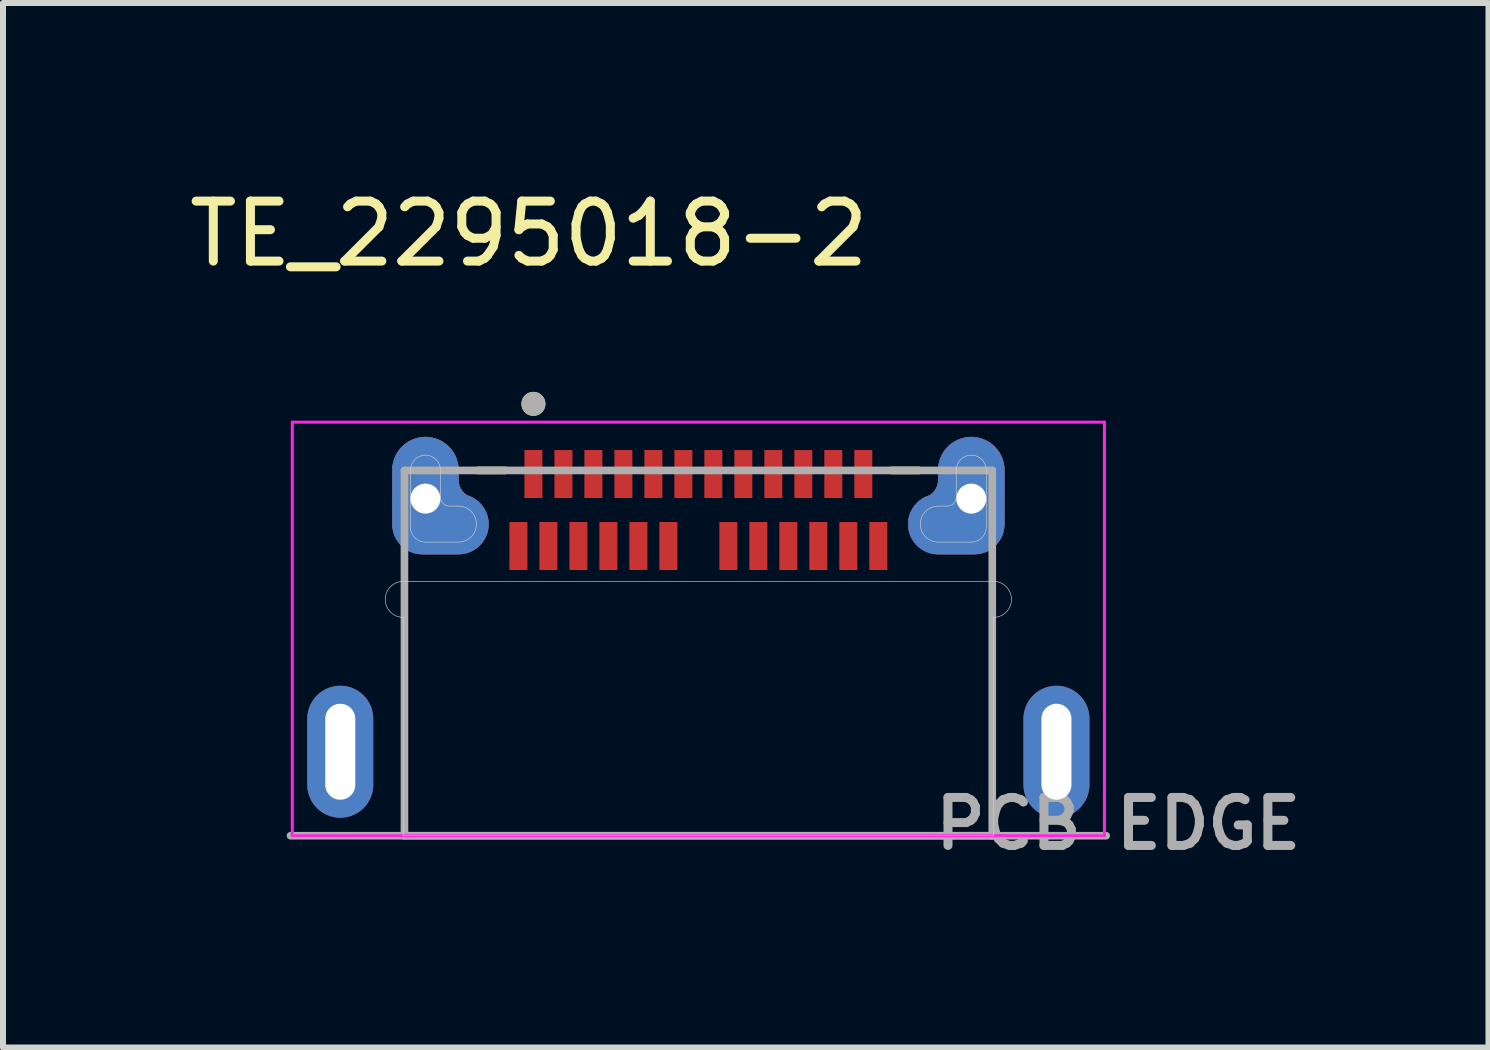
<source format=kicad_pcb>
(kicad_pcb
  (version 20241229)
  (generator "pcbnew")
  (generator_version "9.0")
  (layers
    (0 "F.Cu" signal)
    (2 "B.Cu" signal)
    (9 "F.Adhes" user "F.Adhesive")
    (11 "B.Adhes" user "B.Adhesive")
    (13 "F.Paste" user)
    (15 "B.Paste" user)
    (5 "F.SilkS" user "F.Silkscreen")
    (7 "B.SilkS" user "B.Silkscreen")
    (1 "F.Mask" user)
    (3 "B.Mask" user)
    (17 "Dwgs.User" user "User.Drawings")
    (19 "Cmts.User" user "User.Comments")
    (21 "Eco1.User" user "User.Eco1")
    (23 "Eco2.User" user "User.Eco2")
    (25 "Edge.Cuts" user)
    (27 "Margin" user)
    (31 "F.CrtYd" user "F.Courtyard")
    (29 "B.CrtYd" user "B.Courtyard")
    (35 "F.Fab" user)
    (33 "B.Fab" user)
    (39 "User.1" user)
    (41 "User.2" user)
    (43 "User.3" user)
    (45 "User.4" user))
  (footprint "TE_2295018-2"
    (layer "F.Cu")
    (at 8.593 10.883)
    (property "Reference" "TE_2295018-2" (at -2.825 -10.035 0) (layer "F.SilkS") (effects (font (size 1 1) (thickness 0.15))))
    (attr smd)
    (fp_poly (pts (xy -3.5 -5.195) (xy -3.5 -5.214) (xy -3.502 -5.235) (xy -3.504 -5.256) (xy -3.507 -5.278) (xy -3.511 -5.298) (xy -3.516 -5.319) (xy -3.522 -5.339) (xy -3.529 -5.36) (xy -3.536 -5.379) (xy -3.544 -5.399) (xy -3.554 -5.418) (xy -3.564 -5.437) (xy -3.574 -5.455) (xy -3.586 -5.473) (xy -3.598 -5.49) (xy -3.611 -5.507) (xy -3.625 -5.523) (xy -3.639 -5.539) (xy -3.654 -5.554) (xy -3.67 -5.568) (xy -3.686 -5.582) (xy -3.703 -5.595) (xy -3.72 -5.607) (xy -3.738 -5.619) (xy -3.756 -5.63) (xy -3.775 -5.64) (xy -3.794 -5.649) (xy -3.814 -5.657) (xy -3.834 -5.665) (xy -3.85 -5.67) (xy -3.859 -5.675) (xy -3.867 -5.681) (xy -3.875 -5.686) (xy -3.884 -5.693) (xy -3.891 -5.699) (xy -3.899 -5.705) (xy -3.907 -5.712) (xy -3.914 -5.719) (xy -3.921 -5.727) (xy -3.928 -5.734) (xy -3.934 -5.742) (xy -3.94 -5.75) (xy -3.946 -5.758) (xy -3.952 -5.767) (xy -3.957 -5.775) (xy -3.962 -5.784) (xy -3.967 -5.793) (xy -3.972 -5.802) (xy -3.976 -5.812) (xy -3.98 -5.821) (xy -3.983 -5.83) (xy -3.986 -5.84) (xy -3.989 -5.85) (xy -3.992 -5.86) (xy -3.994 -5.87) (xy -3.996 -5.879) (xy -3.997 -5.889) (xy -3.999 -5.9) (xy -3.999 -5.91) (xy -4 -5.92) (xy -4 -6.095) (xy -4.001 -6.124) (xy -4.003 -6.152) (xy -4.007 -6.181) (xy -4.012 -6.209) (xy -4.019 -6.237) (xy -4.027 -6.265) (xy -4.037 -6.292) (xy -4.048 -6.319) (xy -4.06 -6.345) (xy -4.074 -6.37) (xy -4.089 -6.395) (xy -4.105 -6.418) (xy -4.123 -6.441) (xy -4.141 -6.463) (xy -4.161 -6.484) (xy -4.182 -6.504) (xy -4.204 -6.522) (xy -4.227 -6.54) (xy -4.25 -6.556) (xy -4.275 -6.571) (xy -4.3 -6.585) (xy -4.326 -6.597) (xy -4.353 -6.608) (xy -4.38 -6.618) (xy -4.408 -6.626) (xy -4.436 -6.633) (xy -4.464 -6.638) (xy -4.493 -6.642) (xy -4.521 -6.644) (xy -4.55 -6.645) (xy -4.579 -6.644) (xy -4.607 -6.642) (xy -4.636 -6.638) (xy -4.664 -6.633) (xy -4.692 -6.626) (xy -4.72 -6.618) (xy -4.747 -6.608) (xy -4.774 -6.597) (xy -4.8 -6.585) (xy -4.825 -6.571) (xy -4.85 -6.556) (xy -4.873 -6.54) (xy -4.896 -6.522) (xy -4.918 -6.504) (xy -4.939 -6.484) (xy -4.959 -6.463) (xy -4.977 -6.441) (xy -4.995 -6.418) (xy -5.011 -6.395) (xy -5.026 -6.37) (xy -5.04 -6.345) (xy -5.052 -6.319) (xy -5.063 -6.292) (xy -5.073 -6.265) (xy -5.081 -6.237) (xy -5.088 -6.209) (xy -5.093 -6.181) (xy -5.097 -6.152) (xy -5.099 -6.124) (xy -5.1 -6.095) (xy -5.1 -5.195) (xy -5.099 -5.169) (xy -5.097 -5.143) (xy -5.094 -5.117) (xy -5.089 -5.091) (xy -5.083 -5.066) (xy -5.076 -5.04) (xy -5.067 -5.016) (xy -5.057 -4.992) (xy -5.046 -4.968) (xy -5.033 -4.945) (xy -5.019 -4.923) (xy -5.005 -4.901) (xy -4.989 -4.88) (xy -4.972 -4.86) (xy -4.954 -4.841) (xy -4.935 -4.823) (xy -4.915 -4.806) (xy -4.894 -4.79) (xy -4.872 -4.776) (xy -4.85 -4.762) (xy -4.827 -4.749) (xy -4.803 -4.738) (xy -4.779 -4.728) (xy -4.755 -4.719) (xy -4.729 -4.712) (xy -4.704 -4.706) (xy -4.678 -4.701) (xy -4.652 -4.698) (xy -4.626 -4.696) (xy -4.6 -4.695) (xy -4 -4.695) (xy -3.974 -4.696) (xy -3.948 -4.698) (xy -3.922 -4.701) (xy -3.896 -4.706) (xy -3.871 -4.712) (xy -3.845 -4.719) (xy -3.821 -4.728) (xy -3.797 -4.738) (xy -3.773 -4.749) (xy -3.75 -4.762) (xy -3.728 -4.776) (xy -3.706 -4.79) (xy -3.685 -4.806) (xy -3.665 -4.823) (xy -3.646 -4.841) (xy -3.628 -4.86) (xy -3.611 -4.88) (xy -3.595 -4.901) (xy -3.581 -4.923) (xy -3.567 -4.945) (xy -3.554 -4.968) (xy -3.543 -4.992) (xy -3.533 -5.016) (xy -3.524 -5.04) (xy -3.517 -5.066) (xy -3.511 -5.091) (xy -3.506 -5.117) (xy -3.503 -5.143) (xy -3.501 -5.169) (xy -3.5 -5.195)) (stroke (width 0.01) (type solid)) (fill yes) (layer "F.Cu"))
    (fp_poly (pts (xy 3.5 -5.195) (xy 3.5 -5.214) (xy 3.502 -5.235) (xy 3.504 -5.256) (xy 3.507 -5.278) (xy 3.511 -5.298) (xy 3.516 -5.319) (xy 3.522 -5.339) (xy 3.529 -5.36) (xy 3.536 -5.379) (xy 3.544 -5.399) (xy 3.554 -5.418) (xy 3.564 -5.437) (xy 3.574 -5.455) (xy 3.586 -5.473) (xy 3.598 -5.49) (xy 3.611 -5.507) (xy 3.625 -5.523) (xy 3.639 -5.539) (xy 3.654 -5.554) (xy 3.67 -5.568) (xy 3.686 -5.582) (xy 3.703 -5.595) (xy 3.72 -5.607) (xy 3.738 -5.619) (xy 3.756 -5.63) (xy 3.775 -5.64) (xy 3.794 -5.649) (xy 3.814 -5.657) (xy 3.834 -5.665) (xy 3.85 -5.67) (xy 3.859 -5.675) (xy 3.867 -5.681) (xy 3.875 -5.686) (xy 3.884 -5.693) (xy 3.891 -5.699) (xy 3.899 -5.705) (xy 3.907 -5.712) (xy 3.914 -5.719) (xy 3.921 -5.727) (xy 3.928 -5.734) (xy 3.934 -5.742) (xy 3.94 -5.75) (xy 3.946 -5.758) (xy 3.952 -5.767) (xy 3.957 -5.775) (xy 3.962 -5.784) (xy 3.967 -5.793) (xy 3.972 -5.802) (xy 3.976 -5.812) (xy 3.98 -5.821) (xy 3.983 -5.83) (xy 3.986 -5.84) (xy 3.989 -5.85) (xy 3.992 -5.86) (xy 3.994 -5.87) (xy 3.996 -5.879) (xy 3.997 -5.889) (xy 3.999 -5.9) (xy 3.999 -5.91) (xy 4 -5.92) (xy 4 -6.095) (xy 4.001 -6.124) (xy 4.003 -6.152) (xy 4.007 -6.181) (xy 4.012 -6.209) (xy 4.019 -6.237) (xy 4.027 -6.265) (xy 4.037 -6.292) (xy 4.048 -6.319) (xy 4.06 -6.345) (xy 4.074 -6.37) (xy 4.089 -6.395) (xy 4.105 -6.418) (xy 4.123 -6.441) (xy 4.141 -6.463) (xy 4.161 -6.484) (xy 4.182 -6.504) (xy 4.204 -6.522) (xy 4.227 -6.54) (xy 4.25 -6.556) (xy 4.275 -6.571) (xy 4.3 -6.585) (xy 4.326 -6.597) (xy 4.353 -6.608) (xy 4.38 -6.618) (xy 4.408 -6.626) (xy 4.436 -6.633) (xy 4.464 -6.638) (xy 4.493 -6.642) (xy 4.521 -6.644) (xy 4.55 -6.645) (xy 4.579 -6.644) (xy 4.607 -6.642) (xy 4.636 -6.638) (xy 4.664 -6.633) (xy 4.692 -6.626) (xy 4.72 -6.618) (xy 4.747 -6.608) (xy 4.774 -6.597) (xy 4.8 -6.585) (xy 4.825 -6.571) (xy 4.85 -6.556) (xy 4.873 -6.54) (xy 4.896 -6.522) (xy 4.918 -6.504) (xy 4.939 -6.484) (xy 4.959 -6.463) (xy 4.977 -6.441) (xy 4.995 -6.418) (xy 5.011 -6.395) (xy 5.026 -6.37) (xy 5.04 -6.345) (xy 5.052 -6.319) (xy 5.063 -6.292) (xy 5.073 -6.265) (xy 5.081 -6.237) (xy 5.088 -6.209) (xy 5.093 -6.181) (xy 5.097 -6.152) (xy 5.099 -6.124) (xy 5.1 -6.095) (xy 5.1 -5.195) (xy 5.099 -5.169) (xy 5.097 -5.143) (xy 5.094 -5.117) (xy 5.089 -5.091) (xy 5.083 -5.066) (xy 5.076 -5.04) (xy 5.067 -5.016) (xy 5.057 -4.992) (xy 5.046 -4.968) (xy 5.033 -4.945) (xy 5.019 -4.923) (xy 5.005 -4.901) (xy 4.989 -4.88) (xy 4.972 -4.86) (xy 4.954 -4.841) (xy 4.935 -4.823) (xy 4.915 -4.806) (xy 4.894 -4.79) (xy 4.872 -4.776) (xy 4.85 -4.762) (xy 4.827 -4.749) (xy 4.803 -4.738) (xy 4.779 -4.728) (xy 4.755 -4.719) (xy 4.729 -4.712) (xy 4.704 -4.706) (xy 4.678 -4.701) (xy 4.652 -4.698) (xy 4.626 -4.696) (xy 4.6 -4.695) (xy 4 -4.695) (xy 3.974 -4.696) (xy 3.948 -4.698) (xy 3.922 -4.701) (xy 3.896 -4.706) (xy 3.871 -4.712) (xy 3.845 -4.719) (xy 3.821 -4.728) (xy 3.797 -4.738) (xy 3.773 -4.749) (xy 3.75 -4.762) (xy 3.728 -4.776) (xy 3.706 -4.79) (xy 3.685 -4.806) (xy 3.665 -4.823) (xy 3.646 -4.841) (xy 3.628 -4.86) (xy 3.611 -4.88) (xy 3.595 -4.901) (xy 3.581 -4.923) (xy 3.567 -4.945) (xy 3.554 -4.968) (xy 3.543 -4.992) (xy 3.533 -5.016) (xy 3.524 -5.04) (xy 3.517 -5.066) (xy 3.511 -5.091) (xy 3.506 -5.117) (xy 3.503 -5.143) (xy 3.501 -5.169) (xy 3.5 -5.195)) (stroke (width 0.01) (type solid)) (fill yes) (layer "F.Cu"))
    (fp_poly (pts (xy -3.4 -5.195) (xy -3.4 -5.219) (xy -3.401 -5.244) (xy -3.403 -5.269) (xy -3.407 -5.294) (xy -3.411 -5.319) (xy -3.416 -5.343) (xy -3.423 -5.368) (xy -3.43 -5.392) (xy -3.438 -5.415) (xy -3.448 -5.439) (xy -3.458 -5.462) (xy -3.469 -5.484) (xy -3.481 -5.506) (xy -3.494 -5.528) (xy -3.508 -5.548) (xy -3.523 -5.569) (xy -3.539 -5.588) (xy -3.555 -5.607) (xy -3.573 -5.626) (xy -3.591 -5.643) (xy -3.61 -5.66) (xy -3.629 -5.676) (xy -3.649 -5.691) (xy -3.67 -5.705) (xy -3.691 -5.719) (xy -3.713 -5.731) (xy -3.735 -5.743) (xy -3.758 -5.753) (xy -3.781 -5.763) (xy -3.8 -5.77) (xy -3.805 -5.773) (xy -3.812 -5.777) (xy -3.819 -5.782) (xy -3.825 -5.787) (xy -3.831 -5.792) (xy -3.837 -5.797) (xy -3.843 -5.802) (xy -3.848 -5.808) (xy -3.853 -5.814) (xy -3.859 -5.82) (xy -3.863 -5.826) (xy -3.868 -5.833) (xy -3.872 -5.84) (xy -3.876 -5.846) (xy -3.88 -5.853) (xy -3.883 -5.861) (xy -3.886 -5.868) (xy -3.889 -5.875) (xy -3.892 -5.883) (xy -3.894 -5.89) (xy -3.896 -5.898) (xy -3.898 -5.906) (xy -3.899 -5.913) (xy -3.9 -5.921) (xy -3.901 -5.929) (xy -3.902 -5.937) (xy -3.902 -5.945) (xy -3.901 -5.953) (xy -3.901 -5.961) (xy -3.9 -5.97) (xy -3.9 -6.095) (xy -3.901 -6.129) (xy -3.904 -6.163) (xy -3.908 -6.197) (xy -3.914 -6.23) (xy -3.922 -6.263) (xy -3.932 -6.296) (xy -3.943 -6.328) (xy -3.956 -6.359) (xy -3.971 -6.39) (xy -3.987 -6.42) (xy -4.005 -6.449) (xy -4.024 -6.477) (xy -4.045 -6.504) (xy -4.067 -6.53) (xy -4.09 -6.555) (xy -4.115 -6.578) (xy -4.141 -6.6) (xy -4.168 -6.621) (xy -4.196 -6.64) (xy -4.225 -6.658) (xy -4.255 -6.674) (xy -4.286 -6.689) (xy -4.317 -6.702) (xy -4.349 -6.713) (xy -4.382 -6.723) (xy -4.415 -6.731) (xy -4.448 -6.737) (xy -4.482 -6.741) (xy -4.516 -6.744) (xy -4.55 -6.745) (xy -4.584 -6.744) (xy -4.618 -6.741) (xy -4.652 -6.737) (xy -4.685 -6.731) (xy -4.718 -6.723) (xy -4.751 -6.713) (xy -4.783 -6.702) (xy -4.814 -6.689) (xy -4.845 -6.674) (xy -4.875 -6.658) (xy -4.904 -6.64) (xy -4.932 -6.621) (xy -4.959 -6.6) (xy -4.985 -6.578) (xy -5.01 -6.555) (xy -5.033 -6.53) (xy -5.055 -6.504) (xy -5.076 -6.477) (xy -5.095 -6.449) (xy -5.113 -6.42) (xy -5.129 -6.39) (xy -5.144 -6.359) (xy -5.157 -6.328) (xy -5.168 -6.296) (xy -5.178 -6.263) (xy -5.186 -6.23) (xy -5.192 -6.197) (xy -5.196 -6.163) (xy -5.199 -6.129) (xy -5.2 -6.095) (xy -5.2 -5.195) (xy -5.199 -5.164) (xy -5.197 -5.132) (xy -5.193 -5.101) (xy -5.187 -5.07) (xy -5.18 -5.04) (xy -5.171 -5.01) (xy -5.16 -4.98) (xy -5.148 -4.951) (xy -5.135 -4.923) (xy -5.12 -4.895) (xy -5.103 -4.868) (xy -5.085 -4.842) (xy -5.066 -4.817) (xy -5.046 -4.794) (xy -5.024 -4.771) (xy -5.001 -4.749) (xy -4.978 -4.729) (xy -4.953 -4.71) (xy -4.927 -4.692) (xy -4.9 -4.675) (xy -4.872 -4.66) (xy -4.844 -4.647) (xy -4.815 -4.635) (xy -4.785 -4.624) (xy -4.755 -4.615) (xy -4.725 -4.608) (xy -4.694 -4.602) (xy -4.663 -4.598) (xy -4.631 -4.596) (xy -4.6 -4.595) (xy -4 -4.595) (xy -3.969 -4.596) (xy -3.937 -4.598) (xy -3.906 -4.602) (xy -3.875 -4.608) (xy -3.845 -4.615) (xy -3.815 -4.624) (xy -3.785 -4.635) (xy -3.756 -4.647) (xy -3.728 -4.66) (xy -3.7 -4.675) (xy -3.673 -4.692) (xy -3.647 -4.71) (xy -3.622 -4.729) (xy -3.599 -4.749) (xy -3.576 -4.771) (xy -3.554 -4.794) (xy -3.534 -4.817) (xy -3.515 -4.842) (xy -3.497 -4.868) (xy -3.48 -4.895) (xy -3.465 -4.923) (xy -3.452 -4.951) (xy -3.44 -4.98) (xy -3.429 -5.01) (xy -3.42 -5.04) (xy -3.413 -5.07) (xy -3.407 -5.101) (xy -3.403 -5.132) (xy -3.401 -5.164) (xy -3.4 -5.195)) (stroke (width 0.01) (type solid)) (fill yes) (layer "F.Mask"))
    (fp_poly (pts (xy 3.4 -5.195) (xy 3.4 -5.219) (xy 3.401 -5.244) (xy 3.403 -5.269) (xy 3.407 -5.294) (xy 3.411 -5.319) (xy 3.416 -5.343) (xy 3.423 -5.368) (xy 3.43 -5.392) (xy 3.438 -5.415) (xy 3.448 -5.439) (xy 3.458 -5.462) (xy 3.469 -5.484) (xy 3.481 -5.506) (xy 3.494 -5.528) (xy 3.508 -5.548) (xy 3.523 -5.569) (xy 3.539 -5.588) (xy 3.555 -5.607) (xy 3.573 -5.626) (xy 3.591 -5.643) (xy 3.61 -5.66) (xy 3.629 -5.676) (xy 3.649 -5.691) (xy 3.67 -5.705) (xy 3.691 -5.719) (xy 3.713 -5.731) (xy 3.735 -5.743) (xy 3.758 -5.753) (xy 3.781 -5.763) (xy 3.8 -5.77) (xy 3.805 -5.773) (xy 3.812 -5.777) (xy 3.819 -5.782) (xy 3.825 -5.787) (xy 3.831 -5.792) (xy 3.837 -5.797) (xy 3.843 -5.802) (xy 3.848 -5.808) (xy 3.853 -5.814) (xy 3.859 -5.82) (xy 3.863 -5.826) (xy 3.868 -5.833) (xy 3.872 -5.84) (xy 3.876 -5.846) (xy 3.88 -5.853) (xy 3.883 -5.861) (xy 3.886 -5.868) (xy 3.889 -5.875) (xy 3.892 -5.883) (xy 3.894 -5.89) (xy 3.896 -5.898) (xy 3.898 -5.906) (xy 3.899 -5.913) (xy 3.9 -5.921) (xy 3.901 -5.929) (xy 3.902 -5.937) (xy 3.902 -5.945) (xy 3.901 -5.953) (xy 3.901 -5.961) (xy 3.9 -5.97) (xy 3.9 -6.095) (xy 3.901 -6.129) (xy 3.904 -6.163) (xy 3.908 -6.197) (xy 3.914 -6.23) (xy 3.922 -6.263) (xy 3.932 -6.296) (xy 3.943 -6.328) (xy 3.956 -6.359) (xy 3.971 -6.39) (xy 3.987 -6.42) (xy 4.005 -6.449) (xy 4.024 -6.477) (xy 4.045 -6.504) (xy 4.067 -6.53) (xy 4.09 -6.555) (xy 4.115 -6.578) (xy 4.141 -6.6) (xy 4.168 -6.621) (xy 4.196 -6.64) (xy 4.225 -6.658) (xy 4.255 -6.674) (xy 4.286 -6.689) (xy 4.317 -6.702) (xy 4.349 -6.713) (xy 4.382 -6.723) (xy 4.415 -6.731) (xy 4.448 -6.737) (xy 4.482 -6.741) (xy 4.516 -6.744) (xy 4.55 -6.745) (xy 4.584 -6.744) (xy 4.618 -6.741) (xy 4.652 -6.737) (xy 4.685 -6.731) (xy 4.718 -6.723) (xy 4.751 -6.713) (xy 4.783 -6.702) (xy 4.814 -6.689) (xy 4.845 -6.674) (xy 4.875 -6.658) (xy 4.904 -6.64) (xy 4.932 -6.621) (xy 4.959 -6.6) (xy 4.985 -6.578) (xy 5.01 -6.555) (xy 5.033 -6.53) (xy 5.055 -6.504) (xy 5.076 -6.477) (xy 5.095 -6.449) (xy 5.113 -6.42) (xy 5.129 -6.39) (xy 5.144 -6.359) (xy 5.157 -6.328) (xy 5.168 -6.296) (xy 5.178 -6.263) (xy 5.186 -6.23) (xy 5.192 -6.197) (xy 5.196 -6.163) (xy 5.199 -6.129) (xy 5.2 -6.095) (xy 5.2 -5.195) (xy 5.199 -5.164) (xy 5.197 -5.132) (xy 5.193 -5.101) (xy 5.187 -5.07) (xy 5.18 -5.04) (xy 5.171 -5.01) (xy 5.16 -4.98) (xy 5.148 -4.951) (xy 5.135 -4.923) (xy 5.12 -4.895) (xy 5.103 -4.868) (xy 5.085 -4.842) (xy 5.066 -4.817) (xy 5.046 -4.794) (xy 5.024 -4.771) (xy 5.001 -4.749) (xy 4.978 -4.729) (xy 4.953 -4.71) (xy 4.927 -4.692) (xy 4.9 -4.675) (xy 4.872 -4.66) (xy 4.844 -4.647) (xy 4.815 -4.635) (xy 4.785 -4.624) (xy 4.755 -4.615) (xy 4.725 -4.608) (xy 4.694 -4.602) (xy 4.663 -4.598) (xy 4.631 -4.596) (xy 4.6 -4.595) (xy 4 -4.595) (xy 3.969 -4.596) (xy 3.937 -4.598) (xy 3.906 -4.602) (xy 3.875 -4.608) (xy 3.845 -4.615) (xy 3.815 -4.624) (xy 3.785 -4.635) (xy 3.756 -4.647) (xy 3.728 -4.66) (xy 3.7 -4.675) (xy 3.673 -4.692) (xy 3.647 -4.71) (xy 3.622 -4.729) (xy 3.599 -4.749) (xy 3.576 -4.771) (xy 3.554 -4.794) (xy 3.534 -4.817) (xy 3.515 -4.842) (xy 3.497 -4.868) (xy 3.48 -4.895) (xy 3.465 -4.923) (xy 3.452 -4.951) (xy 3.44 -4.98) (xy 3.429 -5.01) (xy 3.42 -5.04) (xy 3.413 -5.07) (xy 3.407 -5.101) (xy 3.403 -5.132) (xy 3.401 -5.164) (xy 3.4 -5.195)) (stroke (width 0.01) (type solid)) (fill yes) (layer "F.Mask"))
    (fp_poly (pts (xy -3.5 -5.195) (xy -3.5 -5.214) (xy -3.502 -5.235) (xy -3.504 -5.256) (xy -3.507 -5.278) (xy -3.511 -5.298) (xy -3.516 -5.319) (xy -3.522 -5.339) (xy -3.529 -5.36) (xy -3.536 -5.379) (xy -3.544 -5.399) (xy -3.554 -5.418) (xy -3.564 -5.437) (xy -3.574 -5.455) (xy -3.586 -5.473) (xy -3.598 -5.49) (xy -3.611 -5.507) (xy -3.625 -5.523) (xy -3.639 -5.539) (xy -3.654 -5.554) (xy -3.67 -5.568) (xy -3.686 -5.582) (xy -3.703 -5.595) (xy -3.72 -5.607) (xy -3.738 -5.619) (xy -3.756 -5.63) (xy -3.775 -5.64) (xy -3.794 -5.649) (xy -3.814 -5.657) (xy -3.834 -5.665) (xy -3.85 -5.67) (xy -3.859 -5.675) (xy -3.867 -5.681) (xy -3.875 -5.686) (xy -3.884 -5.693) (xy -3.891 -5.699) (xy -3.899 -5.705) (xy -3.907 -5.712) (xy -3.914 -5.719) (xy -3.921 -5.727) (xy -3.928 -5.734) (xy -3.934 -5.742) (xy -3.94 -5.75) (xy -3.946 -5.758) (xy -3.952 -5.767) (xy -3.957 -5.775) (xy -3.962 -5.784) (xy -3.967 -5.793) (xy -3.972 -5.802) (xy -3.976 -5.812) (xy -3.98 -5.821) (xy -3.983 -5.83) (xy -3.986 -5.84) (xy -3.989 -5.85) (xy -3.992 -5.86) (xy -3.994 -5.87) (xy -3.996 -5.879) (xy -3.997 -5.889) (xy -3.999 -5.9) (xy -3.999 -5.91) (xy -4 -5.92) (xy -4 -6.095) (xy -4.001 -6.124) (xy -4.003 -6.152) (xy -4.007 -6.181) (xy -4.012 -6.209) (xy -4.019 -6.237) (xy -4.027 -6.265) (xy -4.037 -6.292) (xy -4.048 -6.319) (xy -4.06 -6.345) (xy -4.074 -6.37) (xy -4.089 -6.395) (xy -4.105 -6.418) (xy -4.123 -6.441) (xy -4.141 -6.463) (xy -4.161 -6.484) (xy -4.182 -6.504) (xy -4.204 -6.522) (xy -4.227 -6.54) (xy -4.25 -6.556) (xy -4.275 -6.571) (xy -4.3 -6.585) (xy -4.326 -6.597) (xy -4.353 -6.608) (xy -4.38 -6.618) (xy -4.408 -6.626) (xy -4.436 -6.633) (xy -4.464 -6.638) (xy -4.493 -6.642) (xy -4.521 -6.644) (xy -4.55 -6.645) (xy -4.579 -6.644) (xy -4.607 -6.642) (xy -4.636 -6.638) (xy -4.664 -6.633) (xy -4.692 -6.626) (xy -4.72 -6.618) (xy -4.747 -6.608) (xy -4.774 -6.597) (xy -4.8 -6.585) (xy -4.825 -6.571) (xy -4.85 -6.556) (xy -4.873 -6.54) (xy -4.896 -6.522) (xy -4.918 -6.504) (xy -4.939 -6.484) (xy -4.959 -6.463) (xy -4.977 -6.441) (xy -4.995 -6.418) (xy -5.011 -6.395) (xy -5.026 -6.37) (xy -5.04 -6.345) (xy -5.052 -6.319) (xy -5.063 -6.292) (xy -5.073 -6.265) (xy -5.081 -6.237) (xy -5.088 -6.209) (xy -5.093 -6.181) (xy -5.097 -6.152) (xy -5.099 -6.124) (xy -5.1 -6.095) (xy -5.1 -5.195) (xy -5.099 -5.169) (xy -5.097 -5.143) (xy -5.094 -5.117) (xy -5.089 -5.091) (xy -5.083 -5.066) (xy -5.076 -5.04) (xy -5.067 -5.016) (xy -5.057 -4.992) (xy -5.046 -4.968) (xy -5.033 -4.945) (xy -5.019 -4.923) (xy -5.005 -4.901) (xy -4.989 -4.88) (xy -4.972 -4.86) (xy -4.954 -4.841) (xy -4.935 -4.823) (xy -4.915 -4.806) (xy -4.894 -4.79) (xy -4.872 -4.776) (xy -4.85 -4.762) (xy -4.827 -4.749) (xy -4.803 -4.738) (xy -4.779 -4.728) (xy -4.755 -4.719) (xy -4.729 -4.712) (xy -4.704 -4.706) (xy -4.678 -4.701) (xy -4.652 -4.698) (xy -4.626 -4.696) (xy -4.6 -4.695) (xy -4 -4.695) (xy -3.974 -4.696) (xy -3.948 -4.698) (xy -3.922 -4.701) (xy -3.896 -4.706) (xy -3.871 -4.712) (xy -3.845 -4.719) (xy -3.821 -4.728) (xy -3.797 -4.738) (xy -3.773 -4.749) (xy -3.75 -4.762) (xy -3.728 -4.776) (xy -3.706 -4.79) (xy -3.685 -4.806) (xy -3.665 -4.823) (xy -3.646 -4.841) (xy -3.628 -4.86) (xy -3.611 -4.88) (xy -3.595 -4.901) (xy -3.581 -4.923) (xy -3.567 -4.945) (xy -3.554 -4.968) (xy -3.543 -4.992) (xy -3.533 -5.016) (xy -3.524 -5.04) (xy -3.517 -5.066) (xy -3.511 -5.091) (xy -3.506 -5.117) (xy -3.503 -5.143) (xy -3.501 -5.169) (xy -3.5 -5.195)) (stroke (width 0.01) (type solid)) (fill yes) (layer "B.Cu"))
    (fp_poly (pts (xy 3.5 -5.195) (xy 3.5 -5.214) (xy 3.502 -5.235) (xy 3.504 -5.256) (xy 3.507 -5.278) (xy 3.511 -5.298) (xy 3.516 -5.319) (xy 3.522 -5.339) (xy 3.529 -5.36) (xy 3.536 -5.379) (xy 3.544 -5.399) (xy 3.554 -5.418) (xy 3.564 -5.437) (xy 3.574 -5.455) (xy 3.586 -5.473) (xy 3.598 -5.49) (xy 3.611 -5.507) (xy 3.625 -5.523) (xy 3.639 -5.539) (xy 3.654 -5.554) (xy 3.67 -5.568) (xy 3.686 -5.582) (xy 3.703 -5.595) (xy 3.72 -5.607) (xy 3.738 -5.619) (xy 3.756 -5.63) (xy 3.775 -5.64) (xy 3.794 -5.649) (xy 3.814 -5.657) (xy 3.834 -5.665) (xy 3.85 -5.67) (xy 3.859 -5.675) (xy 3.867 -5.681) (xy 3.875 -5.686) (xy 3.884 -5.693) (xy 3.891 -5.699) (xy 3.899 -5.705) (xy 3.907 -5.712) (xy 3.914 -5.719) (xy 3.921 -5.727) (xy 3.928 -5.734) (xy 3.934 -5.742) (xy 3.94 -5.75) (xy 3.946 -5.758) (xy 3.952 -5.767) (xy 3.957 -5.775) (xy 3.962 -5.784) (xy 3.967 -5.793) (xy 3.972 -5.802) (xy 3.976 -5.812) (xy 3.98 -5.821) (xy 3.983 -5.83) (xy 3.986 -5.84) (xy 3.989 -5.85) (xy 3.992 -5.86) (xy 3.994 -5.87) (xy 3.996 -5.879) (xy 3.997 -5.889) (xy 3.999 -5.9) (xy 3.999 -5.91) (xy 4 -5.92) (xy 4 -6.095) (xy 4.001 -6.124) (xy 4.003 -6.152) (xy 4.007 -6.181) (xy 4.012 -6.209) (xy 4.019 -6.237) (xy 4.027 -6.265) (xy 4.037 -6.292) (xy 4.048 -6.319) (xy 4.06 -6.345) (xy 4.074 -6.37) (xy 4.089 -6.395) (xy 4.105 -6.418) (xy 4.123 -6.441) (xy 4.141 -6.463) (xy 4.161 -6.484) (xy 4.182 -6.504) (xy 4.204 -6.522) (xy 4.227 -6.54) (xy 4.25 -6.556) (xy 4.275 -6.571) (xy 4.3 -6.585) (xy 4.326 -6.597) (xy 4.353 -6.608) (xy 4.38 -6.618) (xy 4.408 -6.626) (xy 4.436 -6.633) (xy 4.464 -6.638) (xy 4.493 -6.642) (xy 4.521 -6.644) (xy 4.55 -6.645) (xy 4.579 -6.644) (xy 4.607 -6.642) (xy 4.636 -6.638) (xy 4.664 -6.633) (xy 4.692 -6.626) (xy 4.72 -6.618) (xy 4.747 -6.608) (xy 4.774 -6.597) (xy 4.8 -6.585) (xy 4.825 -6.571) (xy 4.85 -6.556) (xy 4.873 -6.54) (xy 4.896 -6.522) (xy 4.918 -6.504) (xy 4.939 -6.484) (xy 4.959 -6.463) (xy 4.977 -6.441) (xy 4.995 -6.418) (xy 5.011 -6.395) (xy 5.026 -6.37) (xy 5.04 -6.345) (xy 5.052 -6.319) (xy 5.063 -6.292) (xy 5.073 -6.265) (xy 5.081 -6.237) (xy 5.088 -6.209) (xy 5.093 -6.181) (xy 5.097 -6.152) (xy 5.099 -6.124) (xy 5.1 -6.095) (xy 5.1 -5.195) (xy 5.099 -5.169) (xy 5.097 -5.143) (xy 5.094 -5.117) (xy 5.089 -5.091) (xy 5.083 -5.066) (xy 5.076 -5.04) (xy 5.067 -5.016) (xy 5.057 -4.992) (xy 5.046 -4.968) (xy 5.033 -4.945) (xy 5.019 -4.923) (xy 5.005 -4.901) (xy 4.989 -4.88) (xy 4.972 -4.86) (xy 4.954 -4.841) (xy 4.935 -4.823) (xy 4.915 -4.806) (xy 4.894 -4.79) (xy 4.872 -4.776) (xy 4.85 -4.762) (xy 4.827 -4.749) (xy 4.803 -4.738) (xy 4.779 -4.728) (xy 4.755 -4.719) (xy 4.729 -4.712) (xy 4.704 -4.706) (xy 4.678 -4.701) (xy 4.652 -4.698) (xy 4.626 -4.696) (xy 4.6 -4.695) (xy 4 -4.695) (xy 3.974 -4.696) (xy 3.948 -4.698) (xy 3.922 -4.701) (xy 3.896 -4.706) (xy 3.871 -4.712) (xy 3.845 -4.719) (xy 3.821 -4.728) (xy 3.797 -4.738) (xy 3.773 -4.749) (xy 3.75 -4.762) (xy 3.728 -4.776) (xy 3.706 -4.79) (xy 3.685 -4.806) (xy 3.665 -4.823) (xy 3.646 -4.841) (xy 3.628 -4.86) (xy 3.611 -4.88) (xy 3.595 -4.901) (xy 3.581 -4.923) (xy 3.567 -4.945) (xy 3.554 -4.968) (xy 3.543 -4.992) (xy 3.533 -5.016) (xy 3.524 -5.04) (xy 3.517 -5.066) (xy 3.511 -5.091) (xy 3.506 -5.117) (xy 3.503 -5.143) (xy 3.501 -5.169) (xy 3.5 -5.195)) (stroke (width 0.01) (type solid)) (fill yes) (layer "B.Cu"))
    (fp_poly (pts (xy -3.4 -5.195) (xy -3.4 -5.219) (xy -3.401 -5.244) (xy -3.403 -5.269) (xy -3.407 -5.294) (xy -3.411 -5.319) (xy -3.416 -5.343) (xy -3.423 -5.368) (xy -3.43 -5.392) (xy -3.438 -5.415) (xy -3.448 -5.439) (xy -3.458 -5.462) (xy -3.469 -5.484) (xy -3.481 -5.506) (xy -3.494 -5.528) (xy -3.508 -5.548) (xy -3.523 -5.569) (xy -3.539 -5.588) (xy -3.555 -5.607) (xy -3.573 -5.626) (xy -3.591 -5.643) (xy -3.61 -5.66) (xy -3.629 -5.676) (xy -3.649 -5.691) (xy -3.67 -5.705) (xy -3.691 -5.719) (xy -3.713 -5.731) (xy -3.735 -5.743) (xy -3.758 -5.753) (xy -3.781 -5.763) (xy -3.8 -5.77) (xy -3.805 -5.773) (xy -3.812 -5.777) (xy -3.819 -5.782) (xy -3.825 -5.787) (xy -3.831 -5.792) (xy -3.837 -5.797) (xy -3.843 -5.802) (xy -3.848 -5.808) (xy -3.853 -5.814) (xy -3.859 -5.82) (xy -3.863 -5.826) (xy -3.868 -5.833) (xy -3.872 -5.84) (xy -3.876 -5.846) (xy -3.88 -5.853) (xy -3.883 -5.861) (xy -3.886 -5.868) (xy -3.889 -5.875) (xy -3.892 -5.883) (xy -3.894 -5.89) (xy -3.896 -5.898) (xy -3.898 -5.906) (xy -3.899 -5.913) (xy -3.9 -5.921) (xy -3.901 -5.929) (xy -3.902 -5.937) (xy -3.902 -5.945) (xy -3.901 -5.953) (xy -3.901 -5.961) (xy -3.9 -5.97) (xy -3.9 -6.095) (xy -3.901 -6.129) (xy -3.904 -6.163) (xy -3.908 -6.197) (xy -3.914 -6.23) (xy -3.922 -6.263) (xy -3.932 -6.296) (xy -3.943 -6.328) (xy -3.956 -6.359) (xy -3.971 -6.39) (xy -3.987 -6.42) (xy -4.005 -6.449) (xy -4.024 -6.477) (xy -4.045 -6.504) (xy -4.067 -6.53) (xy -4.09 -6.555) (xy -4.115 -6.578) (xy -4.141 -6.6) (xy -4.168 -6.621) (xy -4.196 -6.64) (xy -4.225 -6.658) (xy -4.255 -6.674) (xy -4.286 -6.689) (xy -4.317 -6.702) (xy -4.349 -6.713) (xy -4.382 -6.723) (xy -4.415 -6.731) (xy -4.448 -6.737) (xy -4.482 -6.741) (xy -4.516 -6.744) (xy -4.55 -6.745) (xy -4.584 -6.744) (xy -4.618 -6.741) (xy -4.652 -6.737) (xy -4.685 -6.731) (xy -4.718 -6.723) (xy -4.751 -6.713) (xy -4.783 -6.702) (xy -4.814 -6.689) (xy -4.845 -6.674) (xy -4.875 -6.658) (xy -4.904 -6.64) (xy -4.932 -6.621) (xy -4.959 -6.6) (xy -4.985 -6.578) (xy -5.01 -6.555) (xy -5.033 -6.53) (xy -5.055 -6.504) (xy -5.076 -6.477) (xy -5.095 -6.449) (xy -5.113 -6.42) (xy -5.129 -6.39) (xy -5.144 -6.359) (xy -5.157 -6.328) (xy -5.168 -6.296) (xy -5.178 -6.263) (xy -5.186 -6.23) (xy -5.192 -6.197) (xy -5.196 -6.163) (xy -5.199 -6.129) (xy -5.2 -6.095) (xy -5.2 -5.195) (xy -5.199 -5.164) (xy -5.197 -5.132) (xy -5.193 -5.101) (xy -5.187 -5.07) (xy -5.18 -5.04) (xy -5.171 -5.01) (xy -5.16 -4.98) (xy -5.148 -4.951) (xy -5.135 -4.923) (xy -5.12 -4.895) (xy -5.103 -4.868) (xy -5.085 -4.842) (xy -5.066 -4.817) (xy -5.046 -4.794) (xy -5.024 -4.771) (xy -5.001 -4.749) (xy -4.978 -4.729) (xy -4.953 -4.71) (xy -4.927 -4.692) (xy -4.9 -4.675) (xy -4.872 -4.66) (xy -4.844 -4.647) (xy -4.815 -4.635) (xy -4.785 -4.624) (xy -4.755 -4.615) (xy -4.725 -4.608) (xy -4.694 -4.602) (xy -4.663 -4.598) (xy -4.631 -4.596) (xy -4.6 -4.595) (xy -4 -4.595) (xy -3.969 -4.596) (xy -3.937 -4.598) (xy -3.906 -4.602) (xy -3.875 -4.608) (xy -3.845 -4.615) (xy -3.815 -4.624) (xy -3.785 -4.635) (xy -3.756 -4.647) (xy -3.728 -4.66) (xy -3.7 -4.675) (xy -3.673 -4.692) (xy -3.647 -4.71) (xy -3.622 -4.729) (xy -3.599 -4.749) (xy -3.576 -4.771) (xy -3.554 -4.794) (xy -3.534 -4.817) (xy -3.515 -4.842) (xy -3.497 -4.868) (xy -3.48 -4.895) (xy -3.465 -4.923) (xy -3.452 -4.951) (xy -3.44 -4.98) (xy -3.429 -5.01) (xy -3.42 -5.04) (xy -3.413 -5.07) (xy -3.407 -5.101) (xy -3.403 -5.132) (xy -3.401 -5.164) (xy -3.4 -5.195)) (stroke (width 0.01) (type solid)) (fill yes) (layer "B.Mask"))
    (fp_poly (pts (xy 3.4 -5.195) (xy 3.4 -5.219) (xy 3.401 -5.244) (xy 3.403 -5.269) (xy 3.407 -5.294) (xy 3.411 -5.319) (xy 3.416 -5.343) (xy 3.423 -5.368) (xy 3.43 -5.392) (xy 3.438 -5.415) (xy 3.448 -5.439) (xy 3.458 -5.462) (xy 3.469 -5.484) (xy 3.481 -5.506) (xy 3.494 -5.528) (xy 3.508 -5.548) (xy 3.523 -5.569) (xy 3.539 -5.588) (xy 3.555 -5.607) (xy 3.573 -5.626) (xy 3.591 -5.643) (xy 3.61 -5.66) (xy 3.629 -5.676) (xy 3.649 -5.691) (xy 3.67 -5.705) (xy 3.691 -5.719) (xy 3.713 -5.731) (xy 3.735 -5.743) (xy 3.758 -5.753) (xy 3.781 -5.763) (xy 3.8 -5.77) (xy 3.805 -5.773) (xy 3.812 -5.777) (xy 3.819 -5.782) (xy 3.825 -5.787) (xy 3.831 -5.792) (xy 3.837 -5.797) (xy 3.843 -5.802) (xy 3.848 -5.808) (xy 3.853 -5.814) (xy 3.859 -5.82) (xy 3.863 -5.826) (xy 3.868 -5.833) (xy 3.872 -5.84) (xy 3.876 -5.846) (xy 3.88 -5.853) (xy 3.883 -5.861) (xy 3.886 -5.868) (xy 3.889 -5.875) (xy 3.892 -5.883) (xy 3.894 -5.89) (xy 3.896 -5.898) (xy 3.898 -5.906) (xy 3.899 -5.913) (xy 3.9 -5.921) (xy 3.901 -5.929) (xy 3.902 -5.937) (xy 3.902 -5.945) (xy 3.901 -5.953) (xy 3.901 -5.961) (xy 3.9 -5.97) (xy 3.9 -6.095) (xy 3.901 -6.129) (xy 3.904 -6.163) (xy 3.908 -6.197) (xy 3.914 -6.23) (xy 3.922 -6.263) (xy 3.932 -6.296) (xy 3.943 -6.328) (xy 3.956 -6.359) (xy 3.971 -6.39) (xy 3.987 -6.42) (xy 4.005 -6.449) (xy 4.024 -6.477) (xy 4.045 -6.504) (xy 4.067 -6.53) (xy 4.09 -6.555) (xy 4.115 -6.578) (xy 4.141 -6.6) (xy 4.168 -6.621) (xy 4.196 -6.64) (xy 4.225 -6.658) (xy 4.255 -6.674) (xy 4.286 -6.689) (xy 4.317 -6.702) (xy 4.349 -6.713) (xy 4.382 -6.723) (xy 4.415 -6.731) (xy 4.448 -6.737) (xy 4.482 -6.741) (xy 4.516 -6.744) (xy 4.55 -6.745) (xy 4.584 -6.744) (xy 4.618 -6.741) (xy 4.652 -6.737) (xy 4.685 -6.731) (xy 4.718 -6.723) (xy 4.751 -6.713) (xy 4.783 -6.702) (xy 4.814 -6.689) (xy 4.845 -6.674) (xy 4.875 -6.658) (xy 4.904 -6.64) (xy 4.932 -6.621) (xy 4.959 -6.6) (xy 4.985 -6.578) (xy 5.01 -6.555) (xy 5.033 -6.53) (xy 5.055 -6.504) (xy 5.076 -6.477) (xy 5.095 -6.449) (xy 5.113 -6.42) (xy 5.129 -6.39) (xy 5.144 -6.359) (xy 5.157 -6.328) (xy 5.168 -6.296) (xy 5.178 -6.263) (xy 5.186 -6.23) (xy 5.192 -6.197) (xy 5.196 -6.163) (xy 5.199 -6.129) (xy 5.2 -6.095) (xy 5.2 -5.195) (xy 5.199 -5.164) (xy 5.197 -5.132) (xy 5.193 -5.101) (xy 5.187 -5.07) (xy 5.18 -5.04) (xy 5.171 -5.01) (xy 5.16 -4.98) (xy 5.148 -4.951) (xy 5.135 -4.923) (xy 5.12 -4.895) (xy 5.103 -4.868) (xy 5.085 -4.842) (xy 5.066 -4.817) (xy 5.046 -4.794) (xy 5.024 -4.771) (xy 5.001 -4.749) (xy 4.978 -4.729) (xy 4.953 -4.71) (xy 4.927 -4.692) (xy 4.9 -4.675) (xy 4.872 -4.66) (xy 4.844 -4.647) (xy 4.815 -4.635) (xy 4.785 -4.624) (xy 4.755 -4.615) (xy 4.725 -4.608) (xy 4.694 -4.602) (xy 4.663 -4.598) (xy 4.631 -4.596) (xy 4.6 -4.595) (xy 4 -4.595) (xy 3.969 -4.596) (xy 3.937 -4.598) (xy 3.906 -4.602) (xy 3.875 -4.608) (xy 3.845 -4.615) (xy 3.815 -4.624) (xy 3.785 -4.635) (xy 3.756 -4.647) (xy 3.728 -4.66) (xy 3.7 -4.675) (xy 3.673 -4.692) (xy 3.647 -4.71) (xy 3.622 -4.729) (xy 3.599 -4.749) (xy 3.576 -4.771) (xy 3.554 -4.794) (xy 3.534 -4.817) (xy 3.515 -4.842) (xy 3.497 -4.868) (xy 3.48 -4.895) (xy 3.465 -4.923) (xy 3.452 -4.951) (xy 3.44 -4.98) (xy 3.429 -5.01) (xy 3.42 -5.04) (xy 3.413 -5.07) (xy 3.407 -5.101) (xy 3.403 -5.132) (xy 3.401 -5.164) (xy 3.4 -5.195)) (stroke (width 0.01) (type solid)) (fill yes) (layer "B.Mask"))
    (fp_line (start -3.68 -6.09) (end -3.22 -6.09) (stroke (width 0.127) (type solid)) (layer "F.SilkS"))
    (fp_line (start 3.22 -6.09) (end 3.68 -6.09) (stroke (width 0.127) (type solid)) (layer "F.SilkS"))
    (fp_circle (center -2.75 -7.2) (end -2.65 -7.2) (stroke (width 0.2) (type solid)) (fill no) (layer "F.SilkS"))
    (fp_line (start -4.92 -3.64) (end -4.92 0) (stroke (width 0.01) (type solid)) (layer "Edge.Cuts"))
    (fp_line (start -4.92 0) (end -4.92 0) (stroke (width 0.01) (type default)) (layer "Edge.Cuts"))
    (fp_line (start -4.8 -5.145) (end -4.8 -6.095) (stroke (width 0.01) (type solid)) (layer "Edge.Cuts"))
    (fp_line (start -4.3 -6.095) (end -4.3 -5.645) (stroke (width 0.01) (type solid)) (layer "Edge.Cuts"))
    (fp_line (start -4.15 -5.495) (end -4 -5.495) (stroke (width 0.01) (type solid)) (layer "Edge.Cuts"))
    (fp_line (start -4 -4.895) (end -4.55 -4.895) (stroke (width 0.01) (type solid)) (layer "Edge.Cuts"))
    (fp_line (start 4 -4.895) (end 4.55 -4.895) (stroke (width 0.01) (type solid)) (layer "Edge.Cuts"))
    (fp_line (start 4.15 -5.495) (end 4 -5.495) (stroke (width 0.01) (type solid)) (layer "Edge.Cuts"))
    (fp_line (start 4.3 -6.095) (end 4.3 -5.645) (stroke (width 0.01) (type solid)) (layer "Edge.Cuts"))
    (fp_line (start 4.8 -5.145) (end 4.8 -6.095) (stroke (width 0.01) (type solid)) (layer "Edge.Cuts"))
    (fp_line (start 4.92 -4.24) (end -4.92 -4.24) (stroke (width 0.01) (type solid)) (layer "Edge.Cuts"))
    (fp_line (start 4.92 0) (end -4.92 0) (stroke (width 0.01) (type default)) (layer "Edge.Cuts"))
    (fp_line (start 4.92 0) (end 4.92 -3.64) (stroke (width 0.01) (type solid)) (layer "Edge.Cuts"))
    (fp_line (start 4.92 0) (end 4.92 0) (stroke (width 0.01) (type default)) (layer "Edge.Cuts"))
    (fp_arc (start -5.22 -3.94) (mid -5.132132 -4.152132) (end -4.92 -4.24) (stroke (width 0.01) (type solid)) (layer "Edge.Cuts"))
    (fp_arc (start -4.92 -3.64) (mid -5.132132 -3.727868) (end -5.22 -3.94) (stroke (width 0.01) (type solid)) (layer "Edge.Cuts"))
    (fp_arc (start -4.8 -6.095) (mid -4.726777 -6.271777) (end -4.55 -6.345) (stroke (width 0.01) (type solid)) (layer "Edge.Cuts"))
    (fp_arc (start -4.55 -6.345) (mid -4.373223 -6.271777) (end -4.3 -6.095) (stroke (width 0.01) (type solid)) (layer "Edge.Cuts"))
    (fp_arc (start -4.55 -4.895) (mid -4.726777 -4.968223) (end -4.8 -5.145) (stroke (width 0.01) (type solid)) (layer "Edge.Cuts"))
    (fp_arc (start -4.15 -5.495) (mid -4.256066 -5.538934) (end -4.3 -5.645) (stroke (width 0.01) (type solid)) (layer "Edge.Cuts"))
    (fp_arc (start -4 -5.495) (mid -3.787868 -5.407132) (end -3.7 -5.195) (stroke (width 0.01) (type solid)) (layer "Edge.Cuts"))
    (fp_arc (start -3.7 -5.195) (mid -3.787868 -4.982868) (end -4 -4.895) (stroke (width 0.01) (type solid)) (layer "Edge.Cuts"))
    (fp_arc (start 3.7 -5.195) (mid 3.787868 -5.407132) (end 4 -5.495) (stroke (width 0.01) (type solid)) (layer "Edge.Cuts"))
    (fp_arc (start 4 -4.895) (mid 3.787868 -4.982868) (end 3.7 -5.195) (stroke (width 0.01) (type solid)) (layer "Edge.Cuts"))
    (fp_arc (start 4.3 -6.095) (mid 4.373223 -6.271777) (end 4.55 -6.345) (stroke (width 0.01) (type solid)) (layer "Edge.Cuts"))
    (fp_arc (start 4.3 -5.645) (mid 4.256066 -5.538934) (end 4.15 -5.495) (stroke (width 0.01) (type solid)) (layer "Edge.Cuts"))
    (fp_arc (start 4.55 -6.345) (mid 4.726777 -6.271777) (end 4.8 -6.095) (stroke (width 0.01) (type solid)) (layer "Edge.Cuts"))
    (fp_arc (start 4.8 -5.145) (mid 4.726777 -4.968223) (end 4.55 -4.895) (stroke (width 0.01) (type solid)) (layer "Edge.Cuts"))
    (fp_arc (start 4.92 -4.24) (mid 5.132132 -4.152132) (end 5.22 -3.94) (stroke (width 0.01) (type solid)) (layer "Edge.Cuts"))
    (fp_arc (start 5.22 -3.94) (mid 5.132132 -3.727868) (end 4.92 -3.64) (stroke (width 0.01) (type solid)) (layer "Edge.Cuts"))
    (fp_line (start -6.77 -6.895) (end 6.77 -6.895) (stroke (width 0.05) (type solid)) (layer "F.CrtYd"))
    (fp_line (start -6.77 0) (end -6.77 -6.895) (stroke (width 0.05) (type solid)) (layer "F.CrtYd"))
    (fp_line (start 6.77 -6.895) (end 6.77 0) (stroke (width 0.05) (type solid)) (layer "F.CrtYd"))
    (fp_line (start 6.77 0) (end -6.77 0) (stroke (width 0.05) (type solid)) (layer "F.CrtYd"))
    (fp_line (start -4.9 -6.09) (end 4.9 -6.09) (stroke (width 0.127) (type solid)) (layer "F.Fab"))
    (fp_line (start -4.9 0) (end -4.9 -6.09) (stroke (width 0.127) (type solid)) (layer "F.Fab"))
    (fp_line (start 4.9 -6.09) (end 4.9 0) (stroke (width 0.127) (type solid)) (layer "F.Fab"))
    (fp_line (start 4.9 0) (end -4.9 0) (stroke (width 0.127) (type solid)) (layer "F.Fab"))
    (fp_line (start 6.8 0) (end -6.8 0) (stroke (width 0.127) (type solid)) (layer "F.Fab"))
    (fp_circle (center -2.75 -7.2) (end -2.65 -7.2) (stroke (width 0.2) (type solid)) (fill no) (layer "F.Fab"))
    (fp_text user "PCB EDGE" (at 7 -0.2 0) (layer "F.Fab") (effects (font (size 0.8 0.8) (thickness 0.15))))
    (pad "A1" smd rect (at -2.75 -6.03 90) (size 0.8 0.3) (layers "F.Cu" "F.Mask" "F.Paste"))
    (pad "A2" smd rect (at -2.25 -6.03 90) (size 0.8 0.3) (layers "F.Cu" "F.Mask" "F.Paste"))
    (pad "A3" smd rect (at -1.75 -6.03 90) (size 0.8 0.3) (layers "F.Cu" "F.Mask" "F.Paste"))
    (pad "A4" smd rect (at -1.25 -6.03 90) (size 0.8 0.3) (layers "F.Cu" "F.Mask" "F.Paste"))
    (pad "A5" smd rect (at -0.75 -6.03 90) (size 0.8 0.3) (layers "F.Cu" "F.Mask" "F.Paste"))
    (pad "A6" smd rect (at -0.25 -6.03 90) (size 0.8 0.3) (layers "F.Cu" "F.Mask" "F.Paste"))
    (pad "A7" smd rect (at 0.25 -6.03 90) (size 0.8 0.3) (layers "F.Cu" "F.Mask" "F.Paste"))
    (pad "A8" smd rect (at 0.75 -6.03 90) (size 0.8 0.3) (layers "F.Cu" "F.Mask" "F.Paste"))
    (pad "A9" smd rect (at 1.25 -6.03 90) (size 0.8 0.3) (layers "F.Cu" "F.Mask" "F.Paste"))
    (pad "A10" smd rect (at 1.75 -6.03 90) (size 0.8 0.3) (layers "F.Cu" "F.Mask" "F.Paste"))
    (pad "A11" smd rect (at 2.25 -6.03 90) (size 0.8 0.3) (layers "F.Cu" "F.Mask" "F.Paste"))
    (pad "A12" smd rect (at 2.75 -6.03 90) (size 0.8 0.3) (layers "F.Cu" "F.Mask" "F.Paste"))
    (pad "B1" smd rect (at 3 -4.83 90) (size 0.8 0.3) (layers "F.Cu" "F.Mask" "F.Paste"))
    (pad "B2" smd rect (at 2.5 -4.83 90) (size 0.8 0.3) (layers "F.Cu" "F.Mask" "F.Paste"))
    (pad "B3" smd rect (at 2 -4.83 90) (size 0.8 0.3) (layers "F.Cu" "F.Mask" "F.Paste"))
    (pad "B4" smd rect (at 1.5 -4.83 90) (size 0.8 0.3) (layers "F.Cu" "F.Mask" "F.Paste"))
    (pad "B5" smd rect (at 1 -4.83 90) (size 0.8 0.3) (layers "F.Cu" "F.Mask" "F.Paste"))
    (pad "B6" smd rect (at 0.5 -4.83 90) (size 0.8 0.3) (layers "F.Cu" "F.Mask" "F.Paste"))
    (pad "B7" smd rect (at -0.5 -4.83 90) (size 0.8 0.3) (layers "F.Cu" "F.Mask" "F.Paste"))
    (pad "B8" smd rect (at -1 -4.83 90) (size 0.8 0.3) (layers "F.Cu" "F.Mask" "F.Paste"))
    (pad "B9" smd rect (at -1.5 -4.83 90) (size 0.8 0.3) (layers "F.Cu" "F.Mask" "F.Paste"))
    (pad "B10" smd rect (at -2 -4.83 90) (size 0.8 0.3) (layers "F.Cu" "F.Mask" "F.Paste"))
    (pad "B11" smd rect (at -2.5 -4.83 90) (size 0.8 0.3) (layers "F.Cu" "F.Mask" "F.Paste"))
    (pad "B12" smd rect (at -3 -4.83 90) (size 0.8 0.3) (layers "F.Cu" "F.Mask" "F.Paste"))
    (pad "S1" thru_hole oval (at -5.97 -1.4) (size 1.1 2.2) (drill oval 0.5 1.6) (layers "*.Cu" "*.Mask"))
    (pad "S2" thru_hole oval (at 5.97 -1.4) (size 1.1 2.2) (drill oval 0.5 1.6) (layers "*.Cu" "*.Mask"))
    (pad "S3" thru_hole circle (at -4.55 -5.62) (size 1.1 1.1) (drill 0.5) (layers "*.Cu"))
    (pad "S4" thru_hole circle (at 4.55 -5.62) (size 1.1 1.1) (drill 0.5) (layers "*.Cu")))
  (gr_rect
    (start -3 -3)
    (end 21.766 14.415)
    (stroke (width 0.1) (type default))
    (fill no)
    (layer "Edge.Cuts")))
</source>
